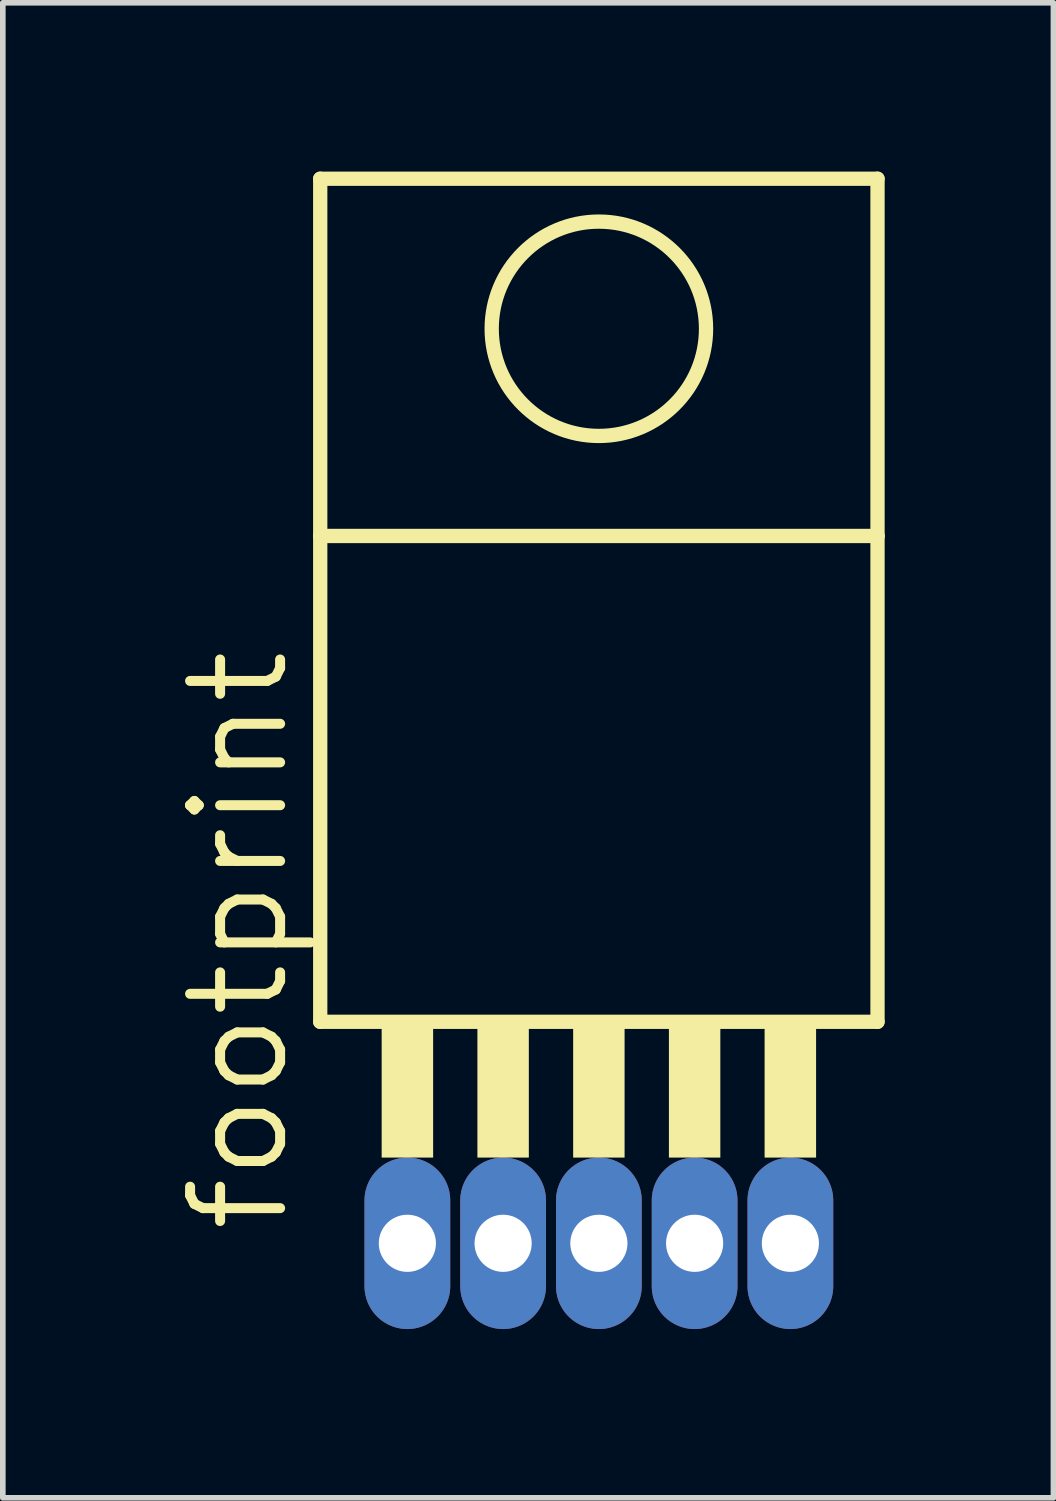
<source format=kicad_pcb>
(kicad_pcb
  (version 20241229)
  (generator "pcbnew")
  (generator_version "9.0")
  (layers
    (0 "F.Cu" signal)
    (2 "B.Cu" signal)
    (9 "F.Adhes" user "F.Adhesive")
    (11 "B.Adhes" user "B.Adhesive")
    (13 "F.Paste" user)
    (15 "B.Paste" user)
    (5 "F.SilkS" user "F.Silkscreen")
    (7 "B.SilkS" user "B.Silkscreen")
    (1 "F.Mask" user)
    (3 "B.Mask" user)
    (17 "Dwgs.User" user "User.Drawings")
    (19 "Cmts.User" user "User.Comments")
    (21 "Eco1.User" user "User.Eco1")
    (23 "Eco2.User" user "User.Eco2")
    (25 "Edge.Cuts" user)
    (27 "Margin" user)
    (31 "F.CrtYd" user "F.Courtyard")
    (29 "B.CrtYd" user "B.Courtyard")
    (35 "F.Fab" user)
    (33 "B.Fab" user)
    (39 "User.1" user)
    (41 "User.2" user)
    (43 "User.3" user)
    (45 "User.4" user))
  (footprint "footprint"
    (layer "F.Cu")
    (at 7.595 10.16)
    (property "Reference" "footprint" (at -5.461 8.763 90) (layer "F.SilkS") (effects (font (size 1.6 1.6) (thickness 0.178)) (justify left bottom)))
    (fp_line (start -4.953 -10.033) (end 4.953 -10.033) (stroke (width 0.254) (type solid)) (layer "F.SilkS"))
    (fp_line (start -4.953 -3.683) (end -4.953 -10.033) (stroke (width 0.254) (type solid)) (layer "F.SilkS"))
    (fp_line (start -4.953 -3.683) (end 4.953 -3.683) (stroke (width 0.254) (type solid)) (layer "F.SilkS"))
    (fp_line (start -4.953 4.953) (end -4.953 -3.683) (stroke (width 0.254) (type solid)) (layer "F.SilkS"))
    (fp_line (start 4.953 -10.033) (end 4.953 -3.683) (stroke (width 0.254) (type solid)) (layer "F.SilkS"))
    (fp_line (start 4.953 -3.683) (end 4.953 4.953) (stroke (width 0.254) (type solid)) (layer "F.SilkS"))
    (fp_line (start 4.953 4.953) (end -4.953 4.953) (stroke (width 0.254) (type solid)) (layer "F.SilkS"))
    (fp_circle (center 0 -7.366) (end 1.905 -7.366) (stroke (width 0.254) (type solid)) (fill no) (layer "F.SilkS"))
    (fp_poly (pts (xy -3.861 7.366) (xy -2.946 7.366) (xy -2.946 4.953) (xy -3.861 4.953)) (stroke (width 0) (type solid)) (fill yes) (layer "F.SilkS"))
    (fp_poly (pts (xy -2.159 7.366) (xy -1.245 7.366) (xy -1.245 4.953) (xy -2.159 4.953)) (stroke (width 0) (type solid)) (fill yes) (layer "F.SilkS"))
    (fp_poly (pts (xy -0.457 7.366) (xy 0.457 7.366) (xy 0.457 4.953) (xy -0.457 4.953)) (stroke (width 0) (type solid)) (fill yes) (layer "F.SilkS"))
    (fp_poly (pts (xy 1.245 7.366) (xy 2.159 7.366) (xy 2.159 4.953) (xy 1.245 4.953)) (stroke (width 0) (type solid)) (fill yes) (layer "F.SilkS"))
    (fp_poly (pts (xy 2.946 7.366) (xy 3.861 7.366) (xy 3.861 4.953) (xy 2.946 4.953)) (stroke (width 0) (type solid)) (fill yes) (layer "F.SilkS"))
    (pad "1" thru_hole oval (at -3.404 8.89 90) (size 3.048 1.524) (drill 1.016) (layers "*.Cu" "*.Mask"))
    (pad "2" thru_hole oval (at -1.702 8.89 90) (size 3.048 1.524) (drill 1.016) (layers "*.Cu" "*.Mask"))
    (pad "3" thru_hole oval (at 0 8.89 90) (size 3.048 1.524) (drill 1.016) (layers "*.Cu" "*.Mask"))
    (pad "4" thru_hole oval (at 1.702 8.89 90) (size 3.048 1.524) (drill 1.016) (layers "*.Cu" "*.Mask"))
    (pad "5" thru_hole oval (at 3.404 8.89 90) (size 3.048 1.524) (drill 1.016) (layers "*.Cu" "*.Mask")))
  (gr_rect
    (start -3 -3)
    (end 15.675 23.574)
    (stroke (width 0.1) (type default))
    (fill no)
    (layer "Edge.Cuts")))
</source>
